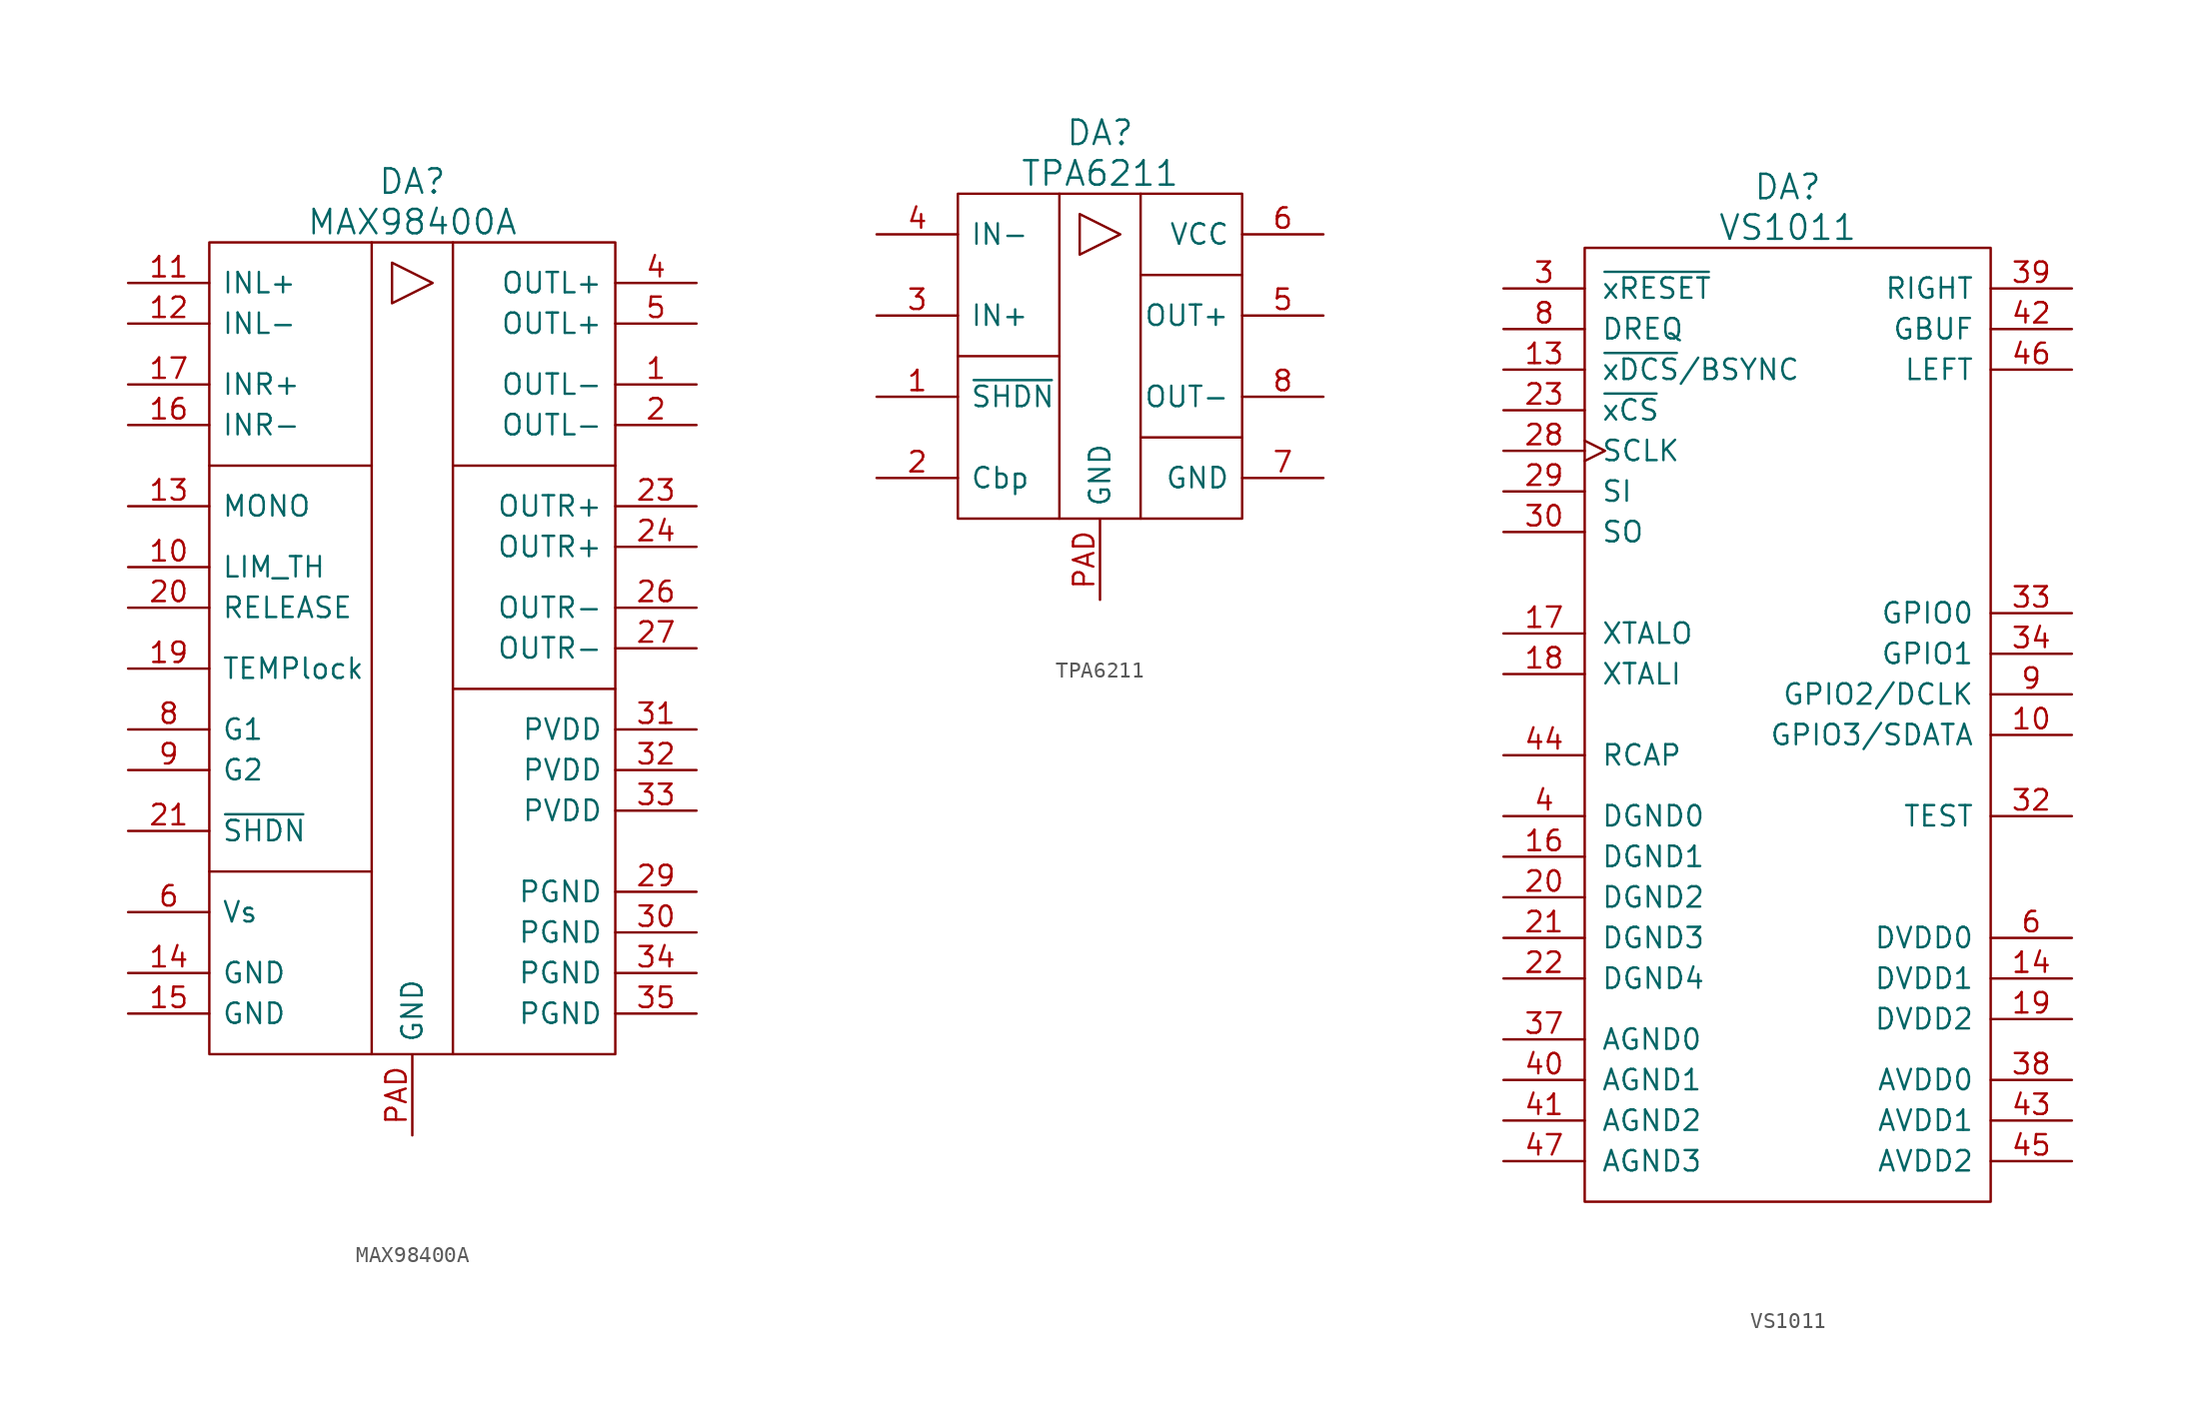
<source format=kicad_sym>
(kicad_symbol_lib
  (version 20211014)
  (generator kicad_symbol_editor)
  (symbol "MAX98400A"
    (pin_names
      (offset 0.762))
    (property "Reference" "DA"
      (at 0 29.21 0)
      (effects (font (size 1.524 1.524))))
    (property "Value" "MAX98400A"
      (at 0 26.67 0)
      (effects (font (size 1.524 1.524))))
    (property "Datasheet" ""
      (at 0 29.21 0)
      (effects (font (size 1.524 1.524))))
    (symbol "MAX98400A_0_1"
      (rectangle (start -12.7 25.4) (end 12.7 -25.4) (stroke (width 0) (type default) (color 0 0 0 0)) (fill (type none)))
      (polyline (pts (xy -12.7 -13.97) (xy -2.54 -13.97)) (stroke (width 0) (type default) (color 0 0 0 0)) (fill (type none)))
      (polyline (pts (xy -2.54 11.43) (xy -12.7 11.43)) (stroke (width 0) (type default) (color 0 0 0 0)) (fill (type none)))
      (polyline (pts (xy -2.54 25.4) (xy -2.54 -25.4)) (stroke (width 0) (type default) (color 0 0 0 0)) (fill (type none)))
      (polyline (pts (xy 2.54 25.4) (xy 2.54 -25.4)) (stroke (width 0) (type default) (color 0 0 0 0)) (fill (type none)))
      (polyline (pts (xy 12.7 -2.54) (xy 2.54 -2.54)) (stroke (width 0) (type default) (color 0 0 0 0)) (fill (type none)))
      (polyline (pts (xy 12.7 11.43) (xy 2.54 11.43)) (stroke (width 0) (type default) (color 0 0 0 0)) (fill (type none)))
      (polyline (pts (xy 1.27 22.86) (xy -1.27 24.13) (xy -1.27 21.59) (xy 1.27 22.86)) (stroke (width 0) (type default) (color 0 0 0 0)) (fill (type none))))
    (symbol "MAX98400A_1_1"
      (pin passive line (at 17.78 16.51 180) (length 5.08) (name "OUTL-" (effects (font (size 1.27 1.27)))) (number "1" (effects (font (size 1.27 1.27)))))
      (pin passive line (at -17.78 5.08 0) (length 5.08) (name "LIM_TH" (effects (font (size 1.27 1.27)))) (number "10" (effects (font (size 1.27 1.27)))))
      (pin passive line (at -17.78 22.86 0) (length 5.08) (name "INL+" (effects (font (size 1.27 1.27)))) (number "11" (effects (font (size 1.27 1.27)))))
      (pin passive line (at -17.78 20.32 0) (length 5.08) (name "INL-" (effects (font (size 1.27 1.27)))) (number "12" (effects (font (size 1.27 1.27)))))
      (pin passive line (at -17.78 8.89 0) (length 5.08) (name "MONO" (effects (font (size 1.27 1.27)))) (number "13" (effects (font (size 1.27 1.27)))))
      (pin power_in line (at -17.78 -20.32 0) (length 5.08) (name "GND" (effects (font (size 1.27 1.27)))) (number "14" (effects (font (size 1.27 1.27)))))
      (pin power_in line (at -17.78 -22.86 0) (length 5.08) (name "GND" (effects (font (size 1.27 1.27)))) (number "15" (effects (font (size 1.27 1.27)))))
      (pin passive line (at -17.78 13.97 0) (length 5.08) (name "INR-" (effects (font (size 1.27 1.27)))) (number "16" (effects (font (size 1.27 1.27)))))
      (pin passive line (at -17.78 16.51 0) (length 5.08) (name "INR+" (effects (font (size 1.27 1.27)))) (number "17" (effects (font (size 1.27 1.27)))))
      (pin no_connect line (at -6.35 -30.48 90) (length 5.08) hide (name "NC" (effects (font (size 1.27 1.27)))) (number "18" (effects (font (size 1.27 1.27)))))
      (pin passive line (at -17.78 -1.27 0) (length 5.08) (name "TEMPlock" (effects (font (size 1.27 1.27)))) (number "19" (effects (font (size 1.27 1.27)))))
      (pin passive line (at 17.78 13.97 180) (length 5.08) (name "OUTL-" (effects (font (size 1.27 1.27)))) (number "2" (effects (font (size 1.27 1.27)))))
      (pin passive line (at -17.78 2.54 0) (length 5.08) (name "RELEASE" (effects (font (size 1.27 1.27)))) (number "20" (effects (font (size 1.27 1.27)))))
      (pin passive line (at -17.78 -11.43 0) (length 5.08) (name "~{SHDN}" (effects (font (size 1.27 1.27)))) (number "21" (effects (font (size 1.27 1.27)))))
      (pin no_connect line (at -3.81 -30.48 90) (length 5.08) hide (name "NC" (effects (font (size 1.27 1.27)))) (number "22" (effects (font (size 1.27 1.27)))))
      (pin passive line (at 17.78 8.89 180) (length 5.08) (name "OUTR+" (effects (font (size 1.27 1.27)))) (number "23" (effects (font (size 1.27 1.27)))))
      (pin passive line (at 17.78 6.35 180) (length 5.08) (name "OUTR+" (effects (font (size 1.27 1.27)))) (number "24" (effects (font (size 1.27 1.27)))))
      (pin no_connect line (at 5.08 -30.48 90) (length 5.08) hide (name "NC" (effects (font (size 1.27 1.27)))) (number "25" (effects (font (size 1.27 1.27)))))
      (pin passive line (at 17.78 2.54 180) (length 5.08) (name "OUTR-" (effects (font (size 1.27 1.27)))) (number "26" (effects (font (size 1.27 1.27)))))
      (pin passive line (at 17.78 0 180) (length 5.08) (name "OUTR-" (effects (font (size 1.27 1.27)))) (number "27" (effects (font (size 1.27 1.27)))))
      (pin no_connect line (at 7.62 -30.48 90) (length 5.08) hide (name "NC" (effects (font (size 1.27 1.27)))) (number "28" (effects (font (size 1.27 1.27)))))
      (pin power_in line (at 17.78 -15.24 180) (length 5.08) (name "PGND" (effects (font (size 1.27 1.27)))) (number "29" (effects (font (size 1.27 1.27)))))
      (pin no_connect line (at -11.43 -30.48 90) (length 5.08) hide (name "NC" (effects (font (size 1.27 1.27)))) (number "3" (effects (font (size 1.27 1.27)))))
      (pin power_in line (at 17.78 -17.78 180) (length 5.08) (name "PGND" (effects (font (size 1.27 1.27)))) (number "30" (effects (font (size 1.27 1.27)))))
      (pin power_in line (at 17.78 -5.08 180) (length 5.08) (name "PVDD" (effects (font (size 1.27 1.27)))) (number "31" (effects (font (size 1.27 1.27)))))
      (pin power_in line (at 17.78 -7.62 180) (length 5.08) (name "PVDD" (effects (font (size 1.27 1.27)))) (number "32" (effects (font (size 1.27 1.27)))))
      (pin power_in line (at 17.78 -10.16 180) (length 5.08) (name "PVDD" (effects (font (size 1.27 1.27)))) (number "33" (effects (font (size 1.27 1.27)))))
      (pin power_in line (at 17.78 -20.32 180) (length 5.08) (name "PGND" (effects (font (size 1.27 1.27)))) (number "34" (effects (font (size 1.27 1.27)))))
      (pin power_in line (at 17.78 -22.86 180) (length 5.08) (name "PGND" (effects (font (size 1.27 1.27)))) (number "35" (effects (font (size 1.27 1.27)))))
      (pin no_connect line (at 10.16 -30.48 90) (length 5.08) hide (name "NC" (effects (font (size 1.27 1.27)))) (number "36" (effects (font (size 1.27 1.27)))))
      (pin passive line (at 17.78 22.86 180) (length 5.08) (name "OUTL+" (effects (font (size 1.27 1.27)))) (number "4" (effects (font (size 1.27 1.27)))))
      (pin passive line (at 17.78 20.32 180) (length 5.08) (name "OUTL+" (effects (font (size 1.27 1.27)))) (number "5" (effects (font (size 1.27 1.27)))))
      (pin passive line (at -17.78 -16.51 0) (length 5.08) (name "Vs" (effects (font (size 1.27 1.27)))) (number "6" (effects (font (size 1.27 1.27)))))
      (pin no_connect line (at -8.89 -30.48 90) (length 5.08) hide (name "NC" (effects (font (size 1.27 1.27)))) (number "7" (effects (font (size 1.27 1.27)))))
      (pin passive line (at -17.78 -5.08 0) (length 5.08) (name "G1" (effects (font (size 1.27 1.27)))) (number "8" (effects (font (size 1.27 1.27)))))
      (pin passive line (at -17.78 -7.62 0) (length 5.08) (name "G2" (effects (font (size 1.27 1.27)))) (number "9" (effects (font (size 1.27 1.27)))))
      (pin power_in line (at 0 -30.48 90) (length 5.004) (name "GND" (effects (font (size 1.27 1.27)))) (number "PAD" (effects (font (size 1.27 1.27)))))))
  (symbol "TPA6211"
    (pin_names
      (offset 0.762))
    (property "Reference" "DA"
      (at 0 13.97 0)
      (effects (font (size 1.524 1.524))))
    (property "Value" "TPA6211"
      (at 0 11.43 0)
      (effects (font (size 1.524 1.524))))
    (property "Datasheet" ""
      (at 0 0 0)
      (effects (font (size 1.524 1.524))))
    (symbol "TPA6211_0_1"
      (rectangle (start -8.89 10.16) (end 8.89 -10.16) (stroke (width 0) (type default) (color 0 0 0 0)) (fill (type none)))
      (polyline (pts (xy -2.54 0) (xy -8.89 0)) (stroke (width 0) (type default) (color 0 0 0 0)) (fill (type none)))
      (polyline (pts (xy -2.54 10.16) (xy -2.54 -10.16)) (stroke (width 0) (type default) (color 0 0 0 0)) (fill (type none)))
      (polyline (pts (xy 2.54 5.08) (xy 8.89 5.08)) (stroke (width 0) (type default) (color 0 0 0 0)) (fill (type none)))
      (polyline (pts (xy 2.54 10.16) (xy 2.54 -10.16)) (stroke (width 0) (type default) (color 0 0 0 0)) (fill (type none)))
      (polyline (pts (xy 8.89 -5.08) (xy 2.54 -5.08)) (stroke (width 0) (type default) (color 0 0 0 0)) (fill (type none)))
      (polyline (pts (xy 1.27 7.62) (xy -1.27 8.89) (xy -1.27 6.35) (xy 1.27 7.62)) (stroke (width 0) (type default) (color 0 0 0 0)) (fill (type none))))
    (symbol "TPA6211_1_1"
      (pin passive line (at -13.97 -2.54 0) (length 5.08) (name "~{SHDN}" (effects (font (size 1.27 1.27)))) (number "1" (effects (font (size 1.27 1.27)))))
      (pin passive line (at -13.97 -7.62 0) (length 5.08) (name "Cbp" (effects (font (size 1.27 1.27)))) (number "2" (effects (font (size 1.27 1.27)))))
      (pin passive line (at -13.97 2.54 0) (length 5.08) (name "IN+" (effects (font (size 1.27 1.27)))) (number "3" (effects (font (size 1.27 1.27)))))
      (pin passive line (at -13.97 7.62 0) (length 5.08) (name "IN-" (effects (font (size 1.27 1.27)))) (number "4" (effects (font (size 1.27 1.27)))))
      (pin passive line (at 13.97 2.54 180) (length 5.08) (name "OUT+" (effects (font (size 1.27 1.27)))) (number "5" (effects (font (size 1.27 1.27)))))
      (pin power_in line (at 13.97 7.62 180) (length 5.08) (name "VCC" (effects (font (size 1.27 1.27)))) (number "6" (effects (font (size 1.27 1.27)))))
      (pin power_in line (at 13.97 -7.62 180) (length 5.08) (name "GND" (effects (font (size 1.27 1.27)))) (number "7" (effects (font (size 1.27 1.27)))))
      (pin passive line (at 13.97 -2.54 180) (length 5.08) (name "OUT-" (effects (font (size 1.27 1.27)))) (number "8" (effects (font (size 1.27 1.27)))))
      (pin power_in line (at 0 -15.24 90) (length 5.004) (name "GND" (effects (font (size 1.27 1.27)))) (number "PAD" (effects (font (size 1.27 1.27)))))))
  (symbol "VS1011"
    (pin_names
      (offset 1.016))
    (property "Reference" "DA"
      (at 0 33.02 0)
      (effects (font (size 1.524 1.524))))
    (property "Value" "VS1011"
      (at 0 30.48 0)
      (effects (font (size 1.524 1.524))))
    (property "Datasheet" ""
      (at 0 1.27 0)
      (effects (font (size 1.524 1.524))))
    (symbol "VS1011_0_1"
      (rectangle (start 12.7 29.21) (end -12.7 -30.48) (stroke (width 0) (type default) (color 0 0 0 0)) (fill (type none))))
    (symbol "VS1011_1_1"
      (pin passive line (at 17.78 -1.27 180) (length 5.08) (name "GPIO3/SDATA" (effects (font (size 1.27 1.27)))) (number "10" (effects (font (size 1.27 1.27)))))
      (pin passive line (at -17.78 21.59 0) (length 5.08) (name "~{xDCS}/BSYNC" (effects (font (size 1.27 1.27)))) (number "13" (effects (font (size 1.27 1.27)))))
      (pin power_in line (at 17.78 -16.51 180) (length 5.08) (name "DVDD1" (effects (font (size 1.27 1.27)))) (number "14" (effects (font (size 1.27 1.27)))))
      (pin power_in line (at -17.78 -8.89 0) (length 5.08) (name "DGND1" (effects (font (size 1.27 1.27)))) (number "16" (effects (font (size 1.27 1.27)))))
      (pin passive line (at -17.78 5.08 0) (length 5.08) (name "XTALO" (effects (font (size 1.27 1.27)))) (number "17" (effects (font (size 1.27 1.27)))))
      (pin passive line (at -17.78 2.54 0) (length 5.08) (name "XTALI" (effects (font (size 1.27 1.27)))) (number "18" (effects (font (size 1.27 1.27)))))
      (pin power_in line (at 17.78 -19.05 180) (length 5.08) (name "DVDD2" (effects (font (size 1.27 1.27)))) (number "19" (effects (font (size 1.27 1.27)))))
      (pin power_in line (at -17.78 -11.43 0) (length 5.08) (name "DGND2" (effects (font (size 1.27 1.27)))) (number "20" (effects (font (size 1.27 1.27)))))
      (pin power_in line (at -17.78 -13.97 0) (length 5.08) (name "DGND3" (effects (font (size 1.27 1.27)))) (number "21" (effects (font (size 1.27 1.27)))))
      (pin power_in line (at -17.78 -16.51 0) (length 5.08) (name "DGND4" (effects (font (size 1.27 1.27)))) (number "22" (effects (font (size 1.27 1.27)))))
      (pin passive line (at -17.78 19.05 0) (length 5.08) (name "~{xCS}" (effects (font (size 1.27 1.27)))) (number "23" (effects (font (size 1.27 1.27)))))
      (pin passive clock (at -17.78 16.51 0) (length 5.08) (name "SCLK" (effects (font (size 1.27 1.27)))) (number "28" (effects (font (size 1.27 1.27)))))
      (pin passive line (at -17.78 13.97 0) (length 5.08) (name "SI" (effects (font (size 1.27 1.27)))) (number "29" (effects (font (size 1.27 1.27)))))
      (pin passive line (at -17.78 26.67 0) (length 5.08) (name "~{xRESET}" (effects (font (size 1.27 1.27)))) (number "3" (effects (font (size 1.27 1.27)))))
      (pin passive line (at -17.78 11.43 0) (length 5.08) (name "SO" (effects (font (size 1.27 1.27)))) (number "30" (effects (font (size 1.27 1.27)))))
      (pin passive line (at 17.78 -6.35 180) (length 5.08) (name "TEST" (effects (font (size 1.27 1.27)))) (number "32" (effects (font (size 1.27 1.27)))))
      (pin passive line (at 17.78 6.35 180) (length 5.08) (name "GPIO0" (effects (font (size 1.27 1.27)))) (number "33" (effects (font (size 1.27 1.27)))))
      (pin passive line (at 17.78 3.81 180) (length 5.08) (name "GPIO1" (effects (font (size 1.27 1.27)))) (number "34" (effects (font (size 1.27 1.27)))))
      (pin power_in line (at -17.78 -20.32 0) (length 5.08) (name "AGND0" (effects (font (size 1.27 1.27)))) (number "37" (effects (font (size 1.27 1.27)))))
      (pin power_in line (at 17.78 -22.86 180) (length 5.08) (name "AVDD0" (effects (font (size 1.27 1.27)))) (number "38" (effects (font (size 1.27 1.27)))))
      (pin passive line (at 17.78 26.67 180) (length 5.08) (name "RIGHT" (effects (font (size 1.27 1.27)))) (number "39" (effects (font (size 1.27 1.27)))))
      (pin power_in line (at -17.78 -6.35 0) (length 5.08) (name "DGND0" (effects (font (size 1.27 1.27)))) (number "4" (effects (font (size 1.27 1.27)))))
      (pin power_in line (at -17.78 -22.86 0) (length 5.08) (name "AGND1" (effects (font (size 1.27 1.27)))) (number "40" (effects (font (size 1.27 1.27)))))
      (pin power_in line (at -17.78 -25.4 0) (length 5.08) (name "AGND2" (effects (font (size 1.27 1.27)))) (number "41" (effects (font (size 1.27 1.27)))))
      (pin passive line (at 17.78 24.13 180) (length 5.08) (name "GBUF" (effects (font (size 1.27 1.27)))) (number "42" (effects (font (size 1.27 1.27)))))
      (pin power_in line (at 17.78 -25.4 180) (length 5.08) (name "AVDD1" (effects (font (size 1.27 1.27)))) (number "43" (effects (font (size 1.27 1.27)))))
      (pin passive line (at -17.78 -2.54 0) (length 5.08) (name "RCAP" (effects (font (size 1.27 1.27)))) (number "44" (effects (font (size 1.27 1.27)))))
      (pin power_in line (at 17.78 -27.94 180) (length 5.08) (name "AVDD2" (effects (font (size 1.27 1.27)))) (number "45" (effects (font (size 1.27 1.27)))))
      (pin passive line (at 17.78 21.59 180) (length 5.08) (name "LEFT" (effects (font (size 1.27 1.27)))) (number "46" (effects (font (size 1.27 1.27)))))
      (pin power_in line (at -17.78 -27.94 0) (length 5.08) (name "AGND3" (effects (font (size 1.27 1.27)))) (number "47" (effects (font (size 1.27 1.27)))))
      (pin power_in line (at 17.78 -13.97 180) (length 5.08) (name "DVDD0" (effects (font (size 1.27 1.27)))) (number "6" (effects (font (size 1.27 1.27)))))
      (pin passive line (at -17.78 24.13 0) (length 5.08) (name "DREQ" (effects (font (size 1.27 1.27)))) (number "8" (effects (font (size 1.27 1.27)))))
      (pin passive line (at 17.78 1.27 180) (length 5.08) (name "GPIO2/DCLK" (effects (font (size 1.27 1.27)))) (number "9" (effects (font (size 1.27 1.27))))))))
</source>
